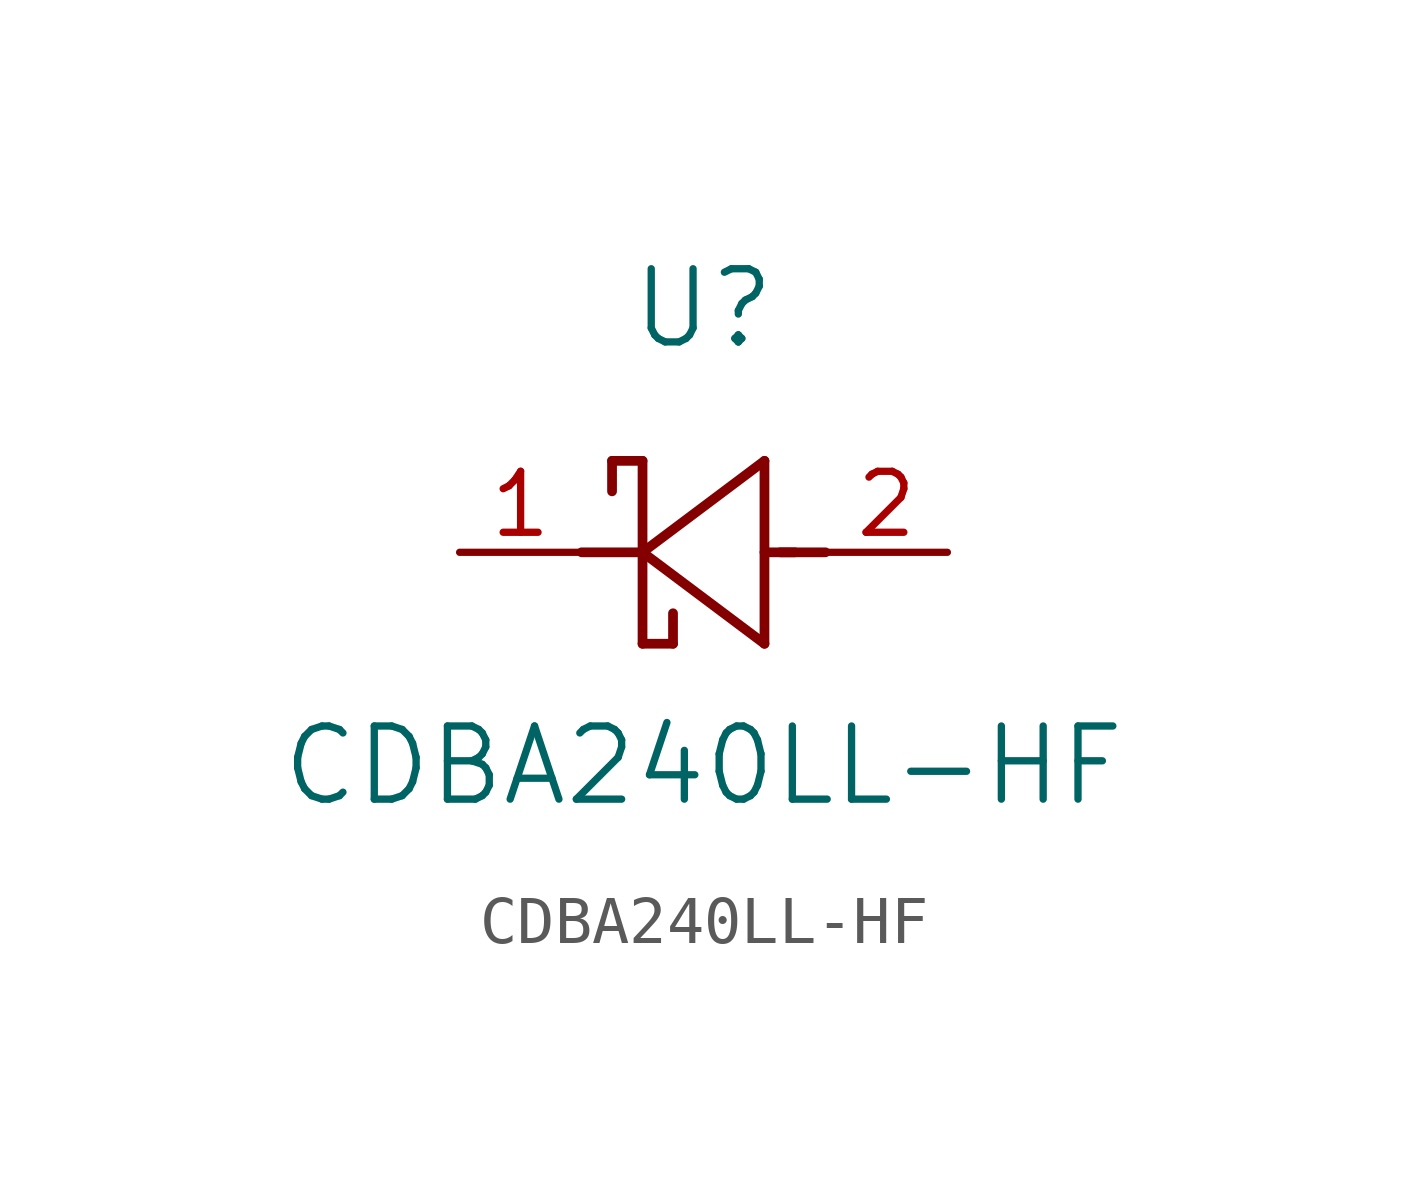
<source format=kicad_sym>
(kicad_symbol_lib
  (version 20211014)
  (generator kicad_symbol_editor)
  (symbol "CDBA240LL-HF"
    (pin_names
      (offset 0.254))
    (property "Reference" "U"
      (at 5.08 5.08 0)
      (effects (font (size 1.524 1.524))))
    (property "Value" "CDBA240LL-HF"
      (at 5.08 -4.445 0)
      (effects (font (size 1.524 1.524))))
    (symbol "CDBA240LL-HF_0_1"
      (polyline (pts (xy 7.62 0) (xy 6.68 0)) (stroke (width 0.203) (type default) (color 0 0 0 0)) (fill (type none)))
      (polyline (pts (xy 6.35 -1.905) (xy 6.35 1.905)) (stroke (width 0.203) (type default) (color 0 0 0 0)) (fill (type none)))
      (polyline (pts (xy 6.985 0) (xy 6.35 0)) (stroke (width 0.203) (type default) (color 0 0 0 0)) (fill (type none)))
      (polyline (pts (xy 3.81 1.905) (xy 3.81 -1.905)) (stroke (width 0.203) (type default) (color 0 0 0 0)) (fill (type none)))
      (polyline (pts (xy 3.81 0) (xy 2.54 0)) (stroke (width 0.203) (type default) (color 0 0 0 0)) (fill (type none)))
      (polyline (pts (xy 3.81 0) (xy 6.35 -1.905)) (stroke (width 0.203) (type default) (color 0 0 0 0)) (fill (type none)))
      (polyline (pts (xy 6.35 1.905) (xy 3.81 0)) (stroke (width 0.203) (type default) (color 0 0 0 0)) (fill (type none)))
      (polyline (pts (xy 4.445 -1.905) (xy 3.81 -1.905)) (stroke (width 0.203) (type default) (color 0 0 0 0)) (fill (type none)))
      (polyline (pts (xy 3.175 1.905) (xy 3.175 1.27)) (stroke (width 0.203) (type default) (color 0 0 0 0)) (fill (type none)))
      (polyline (pts (xy 3.175 1.905) (xy 3.81 1.905)) (stroke (width 0.203) (type default) (color 0 0 0 0)) (fill (type none)))
      (polyline (pts (xy 4.445 -1.905) (xy 4.445 -1.27)) (stroke (width 0.203) (type default) (color 0 0 0 0)) (fill (type none)))
      (pin unspecified line (at 0 0 0) (length 2.54) (name "" (effects (font (size 1.27 1.27)))) (number "1" (effects (font (size 1.27 1.27)))))
      (pin unspecified line (at 10.16 0 180) (length 2.54) (name "" (effects (font (size 1.27 1.27)))) (number "2" (effects (font (size 1.27 1.27))))))))
</source>
